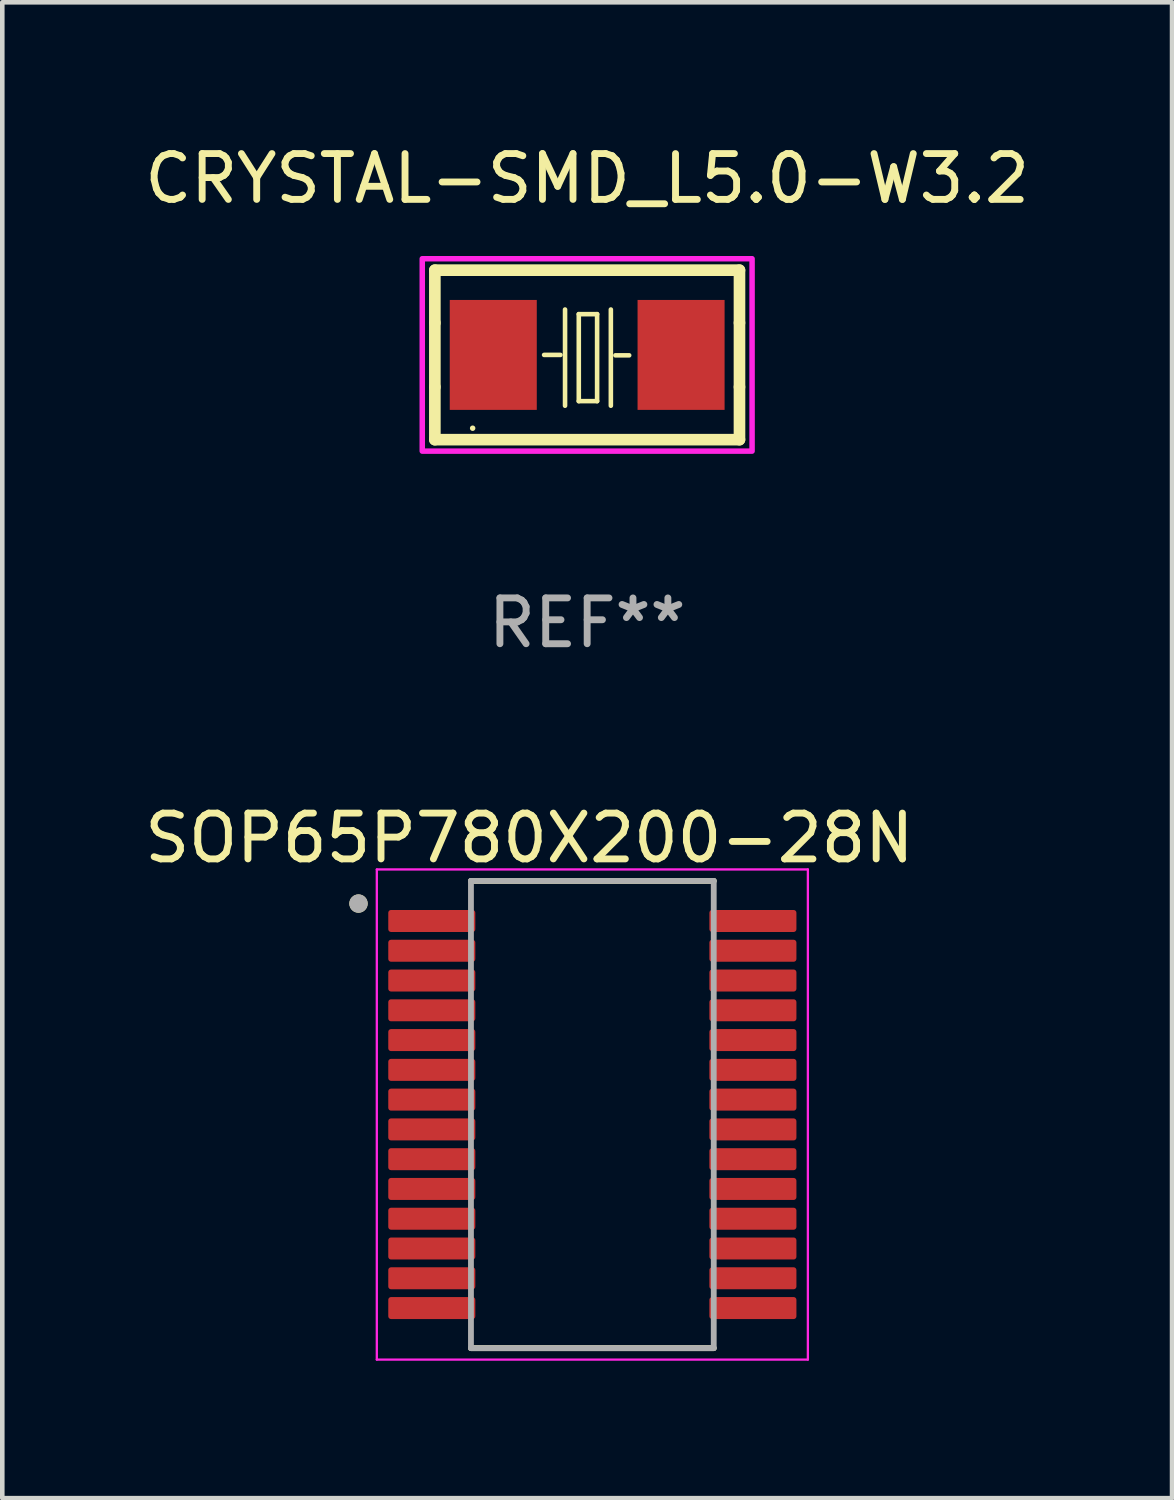
<source format=kicad_pcb>
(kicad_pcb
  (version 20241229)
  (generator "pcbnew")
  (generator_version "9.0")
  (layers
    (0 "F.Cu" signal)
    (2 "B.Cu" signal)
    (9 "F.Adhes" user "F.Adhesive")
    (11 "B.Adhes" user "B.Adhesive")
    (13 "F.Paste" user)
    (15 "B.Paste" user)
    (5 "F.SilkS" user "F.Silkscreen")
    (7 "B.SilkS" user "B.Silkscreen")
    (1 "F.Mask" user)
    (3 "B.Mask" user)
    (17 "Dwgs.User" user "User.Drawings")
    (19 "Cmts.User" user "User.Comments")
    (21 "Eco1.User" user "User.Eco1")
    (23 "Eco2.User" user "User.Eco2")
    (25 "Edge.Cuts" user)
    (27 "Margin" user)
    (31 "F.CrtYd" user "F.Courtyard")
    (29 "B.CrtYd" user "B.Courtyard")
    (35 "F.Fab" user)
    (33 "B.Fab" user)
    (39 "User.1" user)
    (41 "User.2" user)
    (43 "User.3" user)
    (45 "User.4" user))
  (footprint "SOP65P780X200-28N"
    (layer "F.Cu")
    (at 9.881 21.28)
    (property "Reference" "SOP65P780X200-28N" (at -1.375 -6.035 0) (layer "F.SilkS") (effects (font (size 1 1) (thickness 0.15))))
    (attr smd)
    (fp_line (start -2.65 -5.1) (end 2.65 -5.1) (stroke (width 0.127) (type solid)) (layer "F.SilkS"))
    (fp_line (start -2.65 5.1) (end 2.65 5.1) (stroke (width 0.127) (type solid)) (layer "F.SilkS"))
    (fp_circle (center -5.105 -4.605) (end -5.005 -4.605) (stroke (width 0.2) (type solid)) (fill no) (layer "F.SilkS"))
    (fp_line (start -4.705 -5.35) (end -4.705 5.35) (stroke (width 0.05) (type solid)) (layer "F.CrtYd"))
    (fp_line (start -4.705 -5.35) (end 4.705 -5.35) (stroke (width 0.05) (type solid)) (layer "F.CrtYd"))
    (fp_line (start -4.705 5.35) (end 4.705 5.35) (stroke (width 0.05) (type solid)) (layer "F.CrtYd"))
    (fp_line (start 4.705 -5.35) (end 4.705 5.35) (stroke (width 0.05) (type solid)) (layer "F.CrtYd"))
    (fp_line (start -2.65 -5.1) (end -2.65 5.1) (stroke (width 0.127) (type solid)) (layer "F.Fab"))
    (fp_line (start -2.65 -5.1) (end 2.65 -5.1) (stroke (width 0.127) (type solid)) (layer "F.Fab"))
    (fp_line (start -2.65 5.1) (end 2.65 5.1) (stroke (width 0.127) (type solid)) (layer "F.Fab"))
    (fp_line (start 2.65 -5.1) (end 2.65 5.1) (stroke (width 0.127) (type solid)) (layer "F.Fab"))
    (fp_circle (center -5.105 -4.605) (end -5.005 -4.605) (stroke (width 0.2) (type solid)) (fill no) (layer "F.Fab"))
    (pad "1" smd roundrect (at -3.505 -4.225) (size 1.9 0.48) (layers "F.Cu" "F.Mask" "F.Paste") (roundrect_rratio 0.125))
    (pad "2" smd roundrect (at -3.505 -3.575) (size 1.9 0.48) (layers "F.Cu" "F.Mask" "F.Paste") (roundrect_rratio 0.125))
    (pad "3" smd roundrect (at -3.505 -2.925) (size 1.9 0.48) (layers "F.Cu" "F.Mask" "F.Paste") (roundrect_rratio 0.125))
    (pad "4" smd roundrect (at -3.505 -2.275) (size 1.9 0.48) (layers "F.Cu" "F.Mask" "F.Paste") (roundrect_rratio 0.125))
    (pad "5" smd roundrect (at -3.505 -1.625) (size 1.9 0.48) (layers "F.Cu" "F.Mask" "F.Paste") (roundrect_rratio 0.125))
    (pad "6" smd roundrect (at -3.505 -0.975) (size 1.9 0.48) (layers "F.Cu" "F.Mask" "F.Paste") (roundrect_rratio 0.125))
    (pad "7" smd roundrect (at -3.505 -0.325) (size 1.9 0.48) (layers "F.Cu" "F.Mask" "F.Paste") (roundrect_rratio 0.125))
    (pad "8" smd roundrect (at -3.505 0.325) (size 1.9 0.48) (layers "F.Cu" "F.Mask" "F.Paste") (roundrect_rratio 0.125))
    (pad "9" smd roundrect (at -3.505 0.975) (size 1.9 0.48) (layers "F.Cu" "F.Mask" "F.Paste") (roundrect_rratio 0.125))
    (pad "10" smd roundrect (at -3.505 1.625) (size 1.9 0.48) (layers "F.Cu" "F.Mask" "F.Paste") (roundrect_rratio 0.125))
    (pad "11" smd roundrect (at -3.505 2.275) (size 1.9 0.48) (layers "F.Cu" "F.Mask" "F.Paste") (roundrect_rratio 0.125))
    (pad "12" smd roundrect (at -3.505 2.925) (size 1.9 0.48) (layers "F.Cu" "F.Mask" "F.Paste") (roundrect_rratio 0.125))
    (pad "13" smd roundrect (at -3.505 3.575) (size 1.9 0.48) (layers "F.Cu" "F.Mask" "F.Paste") (roundrect_rratio 0.125))
    (pad "14" smd roundrect (at -3.505 4.225) (size 1.9 0.48) (layers "F.Cu" "F.Mask" "F.Paste") (roundrect_rratio 0.125))
    (pad "15" smd roundrect (at 3.505 4.225) (size 1.9 0.48) (layers "F.Cu" "F.Mask" "F.Paste") (roundrect_rratio 0.125))
    (pad "16" smd roundrect (at 3.505 3.575) (size 1.9 0.48) (layers "F.Cu" "F.Mask" "F.Paste") (roundrect_rratio 0.125))
    (pad "17" smd roundrect (at 3.505 2.925) (size 1.9 0.48) (layers "F.Cu" "F.Mask" "F.Paste") (roundrect_rratio 0.125))
    (pad "18" smd roundrect (at 3.505 2.275) (size 1.9 0.48) (layers "F.Cu" "F.Mask" "F.Paste") (roundrect_rratio 0.125))
    (pad "19" smd roundrect (at 3.505 1.625) (size 1.9 0.48) (layers "F.Cu" "F.Mask" "F.Paste") (roundrect_rratio 0.125))
    (pad "20" smd roundrect (at 3.505 0.975) (size 1.9 0.48) (layers "F.Cu" "F.Mask" "F.Paste") (roundrect_rratio 0.125))
    (pad "21" smd roundrect (at 3.505 0.325) (size 1.9 0.48) (layers "F.Cu" "F.Mask" "F.Paste") (roundrect_rratio 0.125))
    (pad "22" smd roundrect (at 3.505 -0.325) (size 1.9 0.48) (layers "F.Cu" "F.Mask" "F.Paste") (roundrect_rratio 0.125))
    (pad "23" smd roundrect (at 3.505 -0.975) (size 1.9 0.48) (layers "F.Cu" "F.Mask" "F.Paste") (roundrect_rratio 0.125))
    (pad "24" smd roundrect (at 3.505 -1.625) (size 1.9 0.48) (layers "F.Cu" "F.Mask" "F.Paste") (roundrect_rratio 0.125))
    (pad "25" smd roundrect (at 3.505 -2.275) (size 1.9 0.48) (layers "F.Cu" "F.Mask" "F.Paste") (roundrect_rratio 0.125))
    (pad "26" smd roundrect (at 3.505 -2.925) (size 1.9 0.48) (layers "F.Cu" "F.Mask" "F.Paste") (roundrect_rratio 0.125))
    (pad "27" smd roundrect (at 3.505 -3.575) (size 1.9 0.48) (layers "F.Cu" "F.Mask" "F.Paste") (roundrect_rratio 0.125))
    (pad "28" smd roundrect (at 3.505 -4.225) (size 1.9 0.48) (layers "F.Cu" "F.Mask" "F.Paste") (roundrect_rratio 0.125)))
  (footprint "CRYSTAL-SMD_L5.0-W3.2"
    (layer "F.Cu")
    (at 9.768 4.698)
    (property "Reference" "CRYSTAL-SMD_L5.0-W3.2" (at 0.000013 -3.85 0) (layer "F.SilkS") (effects (font (size 1 1) (thickness 0.15))))
    (attr smd)
    (fp_line (start -3.325 0.7) (end -3.325 -0.7) (stroke (width 0.254) (type solid)) (layer "F.SilkS"))
    (fp_line (start -3.325 -1.85) (end 3.325 -1.85) (stroke (width 0.254) (type solid)) (layer "F.SilkS"))
    (fp_line (start -3.325 -0.7) (end -3.325 -1.85) (stroke (width 0.254) (type solid)) (layer "F.SilkS"))
    (fp_line (start -3.325 1.85) (end -3.325 0.7) (stroke (width 0.254) (type solid)) (layer "F.SilkS"))
    (fp_line (start -0.94 0) (end -0.584 0) (stroke (width 0.1) (type solid)) (layer "F.SilkS"))
    (fp_line (start -0.483 -0.991) (end -0.483 1.109) (stroke (width 0.1) (type solid)) (layer "F.SilkS"))
    (fp_line (start -0.183 -0.89) (end -0.183 1.009) (stroke (width 0.1) (type solid)) (layer "F.SilkS"))
    (fp_line (start -0.183 1.009) (end 0.217 1.009) (stroke (width 0.1) (type solid)) (layer "F.SilkS"))
    (fp_line (start 0.217 -0.89) (end -0.183 -0.89) (stroke (width 0.1) (type solid)) (layer "F.SilkS"))
    (fp_line (start 0.217 1.009) (end 0.217 -0.89) (stroke (width 0.1) (type solid)) (layer "F.SilkS"))
    (fp_line (start 0.517 -0.991) (end 0.517 1.109) (stroke (width 0.1) (type solid)) (layer "F.SilkS"))
    (fp_line (start 0.617 0.009) (end 0.917 0.009) (stroke (width 0.1) (type solid)) (layer "F.SilkS"))
    (fp_line (start 3.325 -1.85) (end 3.325 -0.7) (stroke (width 0.254) (type solid)) (layer "F.SilkS"))
    (fp_line (start 3.325 0.7) (end 3.325 1.85) (stroke (width 0.254) (type solid)) (layer "F.SilkS"))
    (fp_line (start 3.325 1.85) (end -3.325 1.85) (stroke (width 0.254) (type solid)) (layer "F.SilkS"))
    (fp_line (start 3.325 -0.7) (end 3.325 0.7) (stroke (width 0.254) (type solid)) (layer "F.SilkS"))
    (fp_circle (center -2.5 1.6) (end -2.47 1.6) (stroke (width 0.06) (type solid)) (fill no) (layer "F.SilkS"))
    (fp_rect (start -3.6 -2.1) (end 3.6 2.1) (stroke (width 0.12) (type default)) (fill no) (layer "F.CrtYd"))
    (fp_text user "REF**" (at 0.000013 5.85 0) (layer "F.Fab") (effects (font (size 1 1) (thickness 0.15))))
    (pad "1" smd rect (at -2.05 -0.000076) (size 1.9 2.4) (layers "F.Cu" "F.Mask" "F.Paste"))
    (pad "2" smd rect (at 2.05 -0.000076) (size 1.9 2.4) (layers "F.Cu" "F.Mask" "F.Paste")))
  (gr_rect
    (start -3 -3)
    (end 22.536 29.655)
    (stroke (width 0.1) (type default))
    (fill no)
    (layer "Edge.Cuts")))
</source>
